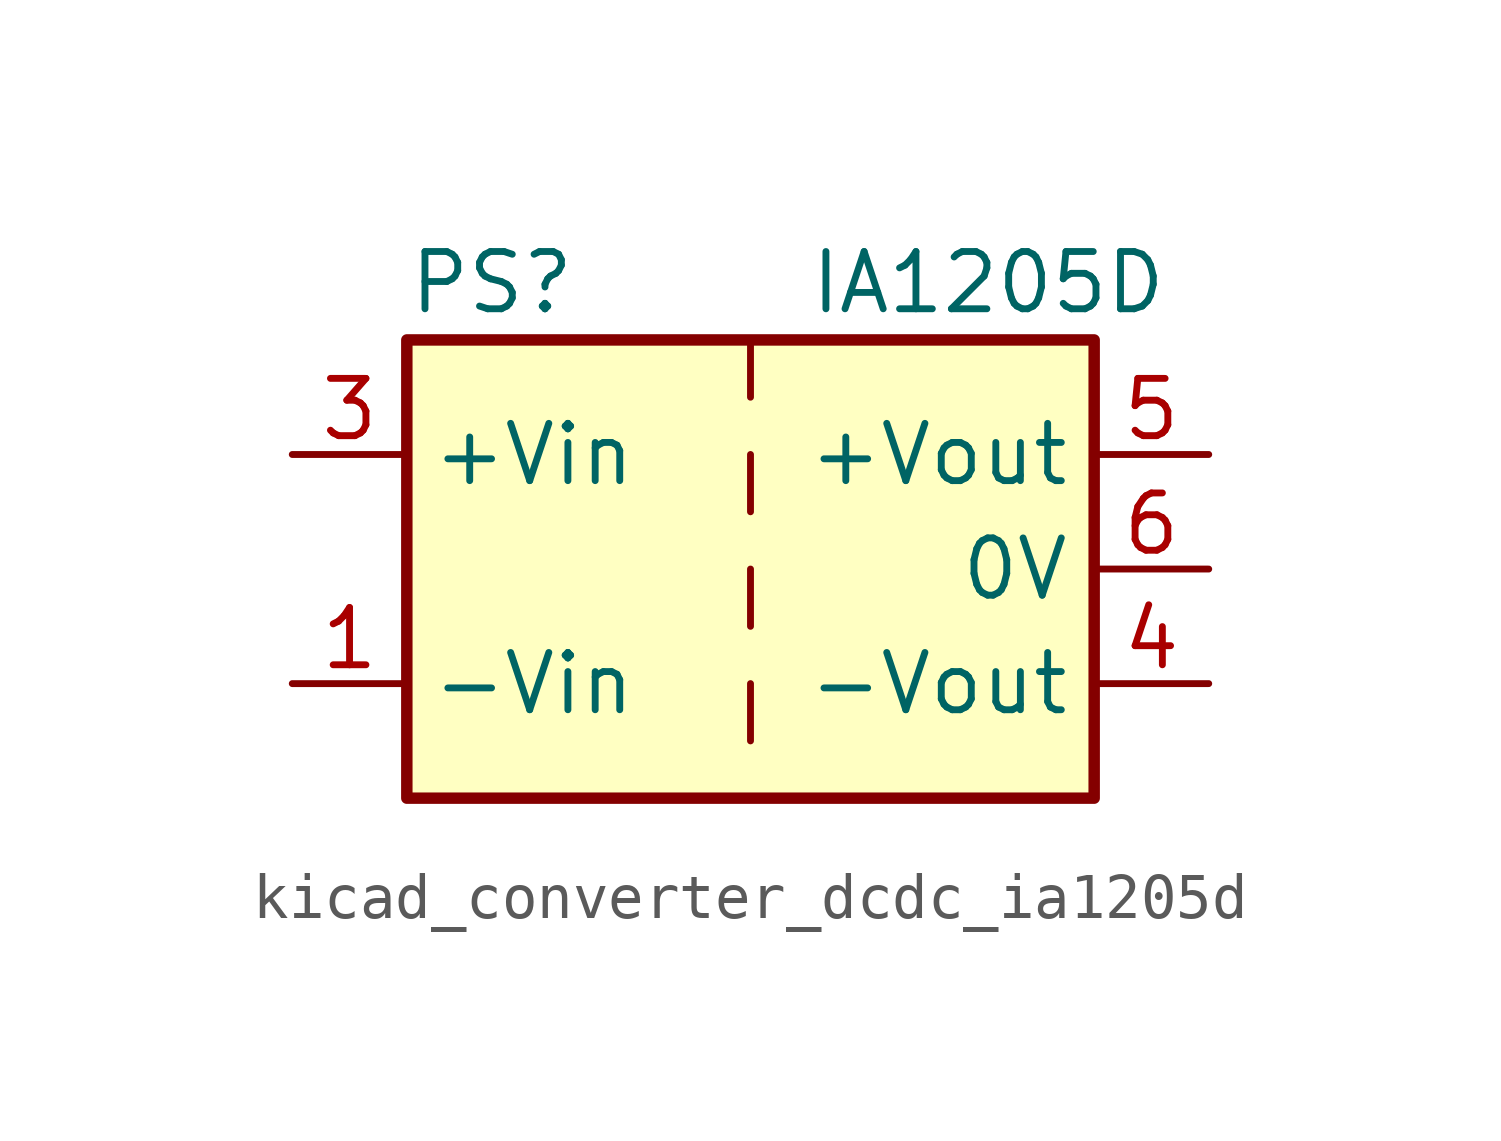
<source format=kicad_sym>
(kicad_symbol_lib
  (version 20220914)
  (generator kicad_symbol_editor)
  (symbol "kicad_converter_dcdc_ia1205d"
    (property "Reference" "PS"
      (at -7.62 6.35 0)
      (effects (font (size 1.27 1.27)) (justify left)))
    (property "Value" "IA1205D"
      (at 1.27 6.35 0)
      (effects (font (size 1.27 1.27)) (justify left)))
    (symbol "kicad_converter_dcdc_ia1205d_0_0"
      (pin power_in line (at -10.16 -2.54 0) (length 2.54) (name "-Vin" (effects (font (size 1.27 1.27)))) (number "1" (effects (font (size 1.27 1.27)))))
      (pin power_in line (at -10.16 2.54 0) (length 2.54) (name "+Vin" (effects (font (size 1.27 1.27)))) (number "3" (effects (font (size 1.27 1.27)))))
      (pin power_out line (at 10.16 -2.54 180) (length 2.54) (name "-Vout" (effects (font (size 1.27 1.27)))) (number "4" (effects (font (size 1.27 1.27)))))
      (pin power_out line (at 10.16 2.54 180) (length 2.54) (name "+Vout" (effects (font (size 1.27 1.27)))) (number "5" (effects (font (size 1.27 1.27)))))
      (pin power_out line (at 10.16 0 180) (length 2.54) (name "0V" (effects (font (size 1.27 1.27)))) (number "6" (effects (font (size 1.27 1.27))))))
    (symbol "kicad_converter_dcdc_ia1205d_0_1"
      (rectangle (start -7.62 5.08) (end 7.62 -5.08) (stroke (width 0.254) (type default)) (fill (type background)))
      (polyline (pts (xy 0 -2.54) (xy 0 -3.81)) (stroke (width 0) (type default)) (fill (type none)))
      (polyline (pts (xy 0 0) (xy 0 -1.27)) (stroke (width 0) (type default)) (fill (type none)))
      (polyline (pts (xy 0 2.54) (xy 0 1.27)) (stroke (width 0) (type default)) (fill (type none)))
      (polyline (pts (xy 0 5.08) (xy 0 3.81)) (stroke (width 0) (type default)) (fill (type none))))
    (symbol "kicad_converter_dcdc_ia1205d_1_1"
      (pin no_connect line (at 0 -5.08 90) (length 2.54) hide (name "NC" (effects (font (size 1.27 1.27)))) (number "2" (effects (font (size 1.27 1.27))))))))
</source>
